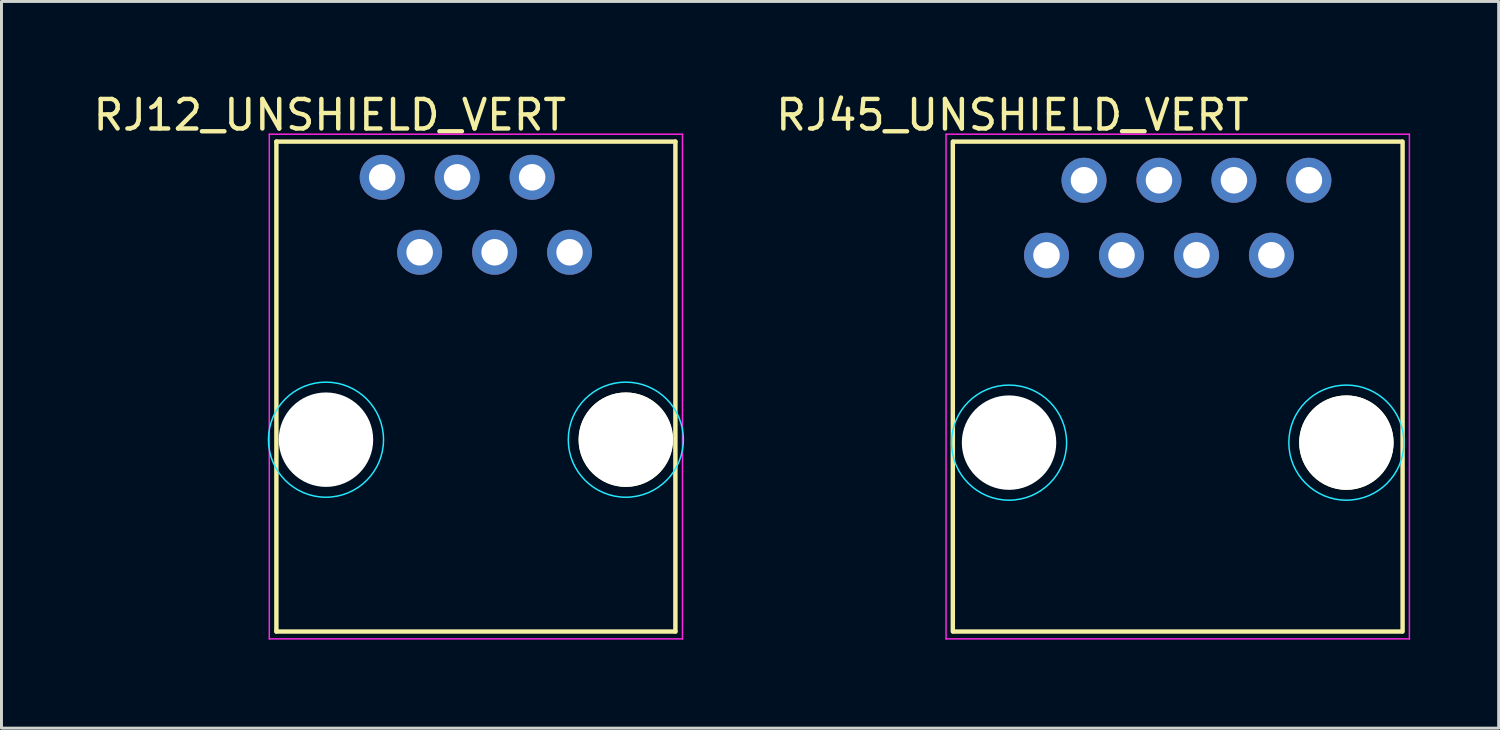
<source format=kicad_pcb>
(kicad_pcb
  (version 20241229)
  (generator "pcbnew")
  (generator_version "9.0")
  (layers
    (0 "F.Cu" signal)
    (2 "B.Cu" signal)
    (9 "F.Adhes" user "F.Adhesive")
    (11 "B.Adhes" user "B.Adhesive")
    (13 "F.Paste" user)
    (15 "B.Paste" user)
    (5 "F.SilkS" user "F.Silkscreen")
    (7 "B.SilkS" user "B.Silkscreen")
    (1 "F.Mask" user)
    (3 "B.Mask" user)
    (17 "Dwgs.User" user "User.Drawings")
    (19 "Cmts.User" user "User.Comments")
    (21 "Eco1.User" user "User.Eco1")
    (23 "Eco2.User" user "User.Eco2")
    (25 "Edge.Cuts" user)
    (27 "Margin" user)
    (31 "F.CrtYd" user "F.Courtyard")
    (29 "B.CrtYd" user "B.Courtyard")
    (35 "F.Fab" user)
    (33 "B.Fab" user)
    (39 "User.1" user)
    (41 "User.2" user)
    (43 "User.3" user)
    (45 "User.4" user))
  (footprint "RJ45_UNSHIELD_VERT"
    (layer "F.Cu")
    (at 36.855 11.948)
    (property "Reference" "RJ45_UNSHIELD_VERT" (at -5.6 -11.1 0) (layer "F.SilkS") (effects (font (size 1 1) (thickness 0.15))))
    (attr through_hole)
    (fp_line (start -7.62 -10.2) (end -7.62 6.4) (stroke (width 0.15) (type solid)) (layer "F.SilkS"))
    (fp_line (start -7.6 -10.2) (end 7.6 -10.2) (stroke (width 0.15) (type solid)) (layer "F.SilkS"))
    (fp_line (start -7.6 6.4) (end 7.6 6.4) (stroke (width 0.15) (type solid)) (layer "F.SilkS"))
    (fp_line (start 7.62 -10.2) (end 7.62 6.4) (stroke (width 0.15) (type solid)) (layer "F.SilkS"))
    (fp_circle (center -5.715 0) (end -5.715 1.95) (stroke (width 0.05) (type solid)) (fill no) (layer "B.CrtYd"))
    (fp_circle (center 5.715 0) (end 5.715 1.95) (stroke (width 0.05) (type solid)) (fill no) (layer "B.CrtYd"))
    (fp_line (start -7.85 -10.45) (end 7.85 -10.45) (stroke (width 0.05) (type solid)) (layer "F.CrtYd"))
    (fp_line (start -7.85 6.65) (end -7.85 -10.45) (stroke (width 0.05) (type solid)) (layer "F.CrtYd"))
    (fp_line (start 7.85 -10.45) (end 7.85 6.65) (stroke (width 0.05) (type solid)) (layer "F.CrtYd"))
    (fp_line (start 7.85 6.65) (end -7.85 6.65) (stroke (width 0.05) (type solid)) (layer "F.CrtYd"))
    (pad "" np_thru_hole circle (at -5.715 0) (size 3.2 3.2) (drill 3.2) (layers "*.Cu" "*.Mask"))
    (pad "" np_thru_hole circle (at 5.715 0) (size 3.2 3.2) (drill 3.2) (layers "*.Cu" "*.Mask" "F.SilkS"))
    (pad "1" thru_hole circle (at -4.445 -6.35) (size 1.524 1.524) (drill 0.9) (layers "*.Cu" "*.Mask"))
    (pad "2" thru_hole circle (at -3.175 -8.89) (size 1.524 1.524) (drill 0.9) (layers "*.Cu" "*.Mask"))
    (pad "3" thru_hole circle (at -1.905 -6.35) (size 1.524 1.524) (drill 0.9) (layers "*.Cu" "*.Mask"))
    (pad "4" thru_hole circle (at -0.635 -8.89) (size 1.524 1.524) (drill 0.9) (layers "*.Cu" "*.Mask"))
    (pad "5" thru_hole circle (at 0.635 -6.35) (size 1.524 1.524) (drill 0.9) (layers "*.Cu" "*.Mask"))
    (pad "6" thru_hole circle (at 1.905 -8.89) (size 1.524 1.524) (drill 0.9) (layers "*.Cu" "*.Mask"))
    (pad "7" thru_hole circle (at 3.175 -6.35) (size 1.524 1.524) (drill 0.9) (layers "*.Cu" "*.Mask"))
    (pad "8" thru_hole circle (at 4.445 -8.89) (size 1.524 1.524) (drill 0.9) (layers "*.Cu" "*.Mask")))
  (footprint "RJ12_UNSHIELD_VERT"
    (layer "F.Cu")
    (at 13.075 11.848)
    (property "Reference" "RJ12_UNSHIELD_VERT" (at -4.95 -11 0) (layer "F.SilkS") (effects (font (size 1 1) (thickness 0.15))))
    (attr through_hole)
    (fp_line (start -6.76 -10.1) (end -6.76 6.5) (stroke (width 0.15) (type solid)) (layer "F.SilkS"))
    (fp_line (start -6.76 -10.1) (end 6.76 -10.1) (stroke (width 0.15) (type solid)) (layer "F.SilkS"))
    (fp_line (start -6.76 6.5) (end 6.76 6.5) (stroke (width 0.15) (type solid)) (layer "F.SilkS"))
    (fp_line (start 6.76 -10.1) (end 6.76 6.5) (stroke (width 0.15) (type solid)) (layer "F.SilkS"))
    (fp_circle (center -5.08 0) (end -5.08 1.95) (stroke (width 0.05) (type solid)) (fill no) (layer "B.CrtYd"))
    (fp_circle (center 5.08 0) (end 5.08 1.95) (stroke (width 0.05) (type solid)) (fill no) (layer "B.CrtYd"))
    (fp_line (start -7 -10.35) (end 7 -10.35) (stroke (width 0.05) (type solid)) (layer "F.CrtYd"))
    (fp_line (start -7 6.75) (end -7 -10.35) (stroke (width 0.05) (type solid)) (layer "F.CrtYd"))
    (fp_line (start 7 -10.35) (end 7 6.75) (stroke (width 0.05) (type solid)) (layer "F.CrtYd"))
    (fp_line (start 7 6.75) (end -7 6.75) (stroke (width 0.05) (type solid)) (layer "F.CrtYd"))
    (pad "" np_thru_hole circle (at -5.08 0) (size 3.2 3.2) (drill 3.2) (layers "*.Cu" "*.Mask"))
    (pad "" np_thru_hole circle (at 5.08 0) (size 3.2 3.2) (drill 3.2) (layers "*.Cu" "*.Mask" "F.SilkS"))
    (pad "1" thru_hole circle (at -3.175 -8.89) (size 1.524 1.524) (drill 0.9) (layers "*.Cu" "*.Mask"))
    (pad "2" thru_hole circle (at -1.905 -6.35) (size 1.524 1.524) (drill 0.9) (layers "*.Cu" "*.Mask"))
    (pad "3" thru_hole circle (at -0.635 -8.89) (size 1.524 1.524) (drill 0.9) (layers "*.Cu" "*.Mask"))
    (pad "4" thru_hole circle (at 0.635 -6.35) (size 1.524 1.524) (drill 0.9) (layers "*.Cu" "*.Mask"))
    (pad "5" thru_hole circle (at 1.905 -8.89) (size 1.524 1.524) (drill 0.9) (layers "*.Cu" "*.Mask"))
    (pad "6" thru_hole circle (at 3.175 -6.35) (size 1.524 1.524) (drill 0.9) (layers "*.Cu" "*.Mask")))
  (gr_rect
    (start -3 -3)
    (end 47.73 21.623)
    (stroke (width 0.1) (type default))
    (fill no)
    (layer "Edge.Cuts")))
</source>
